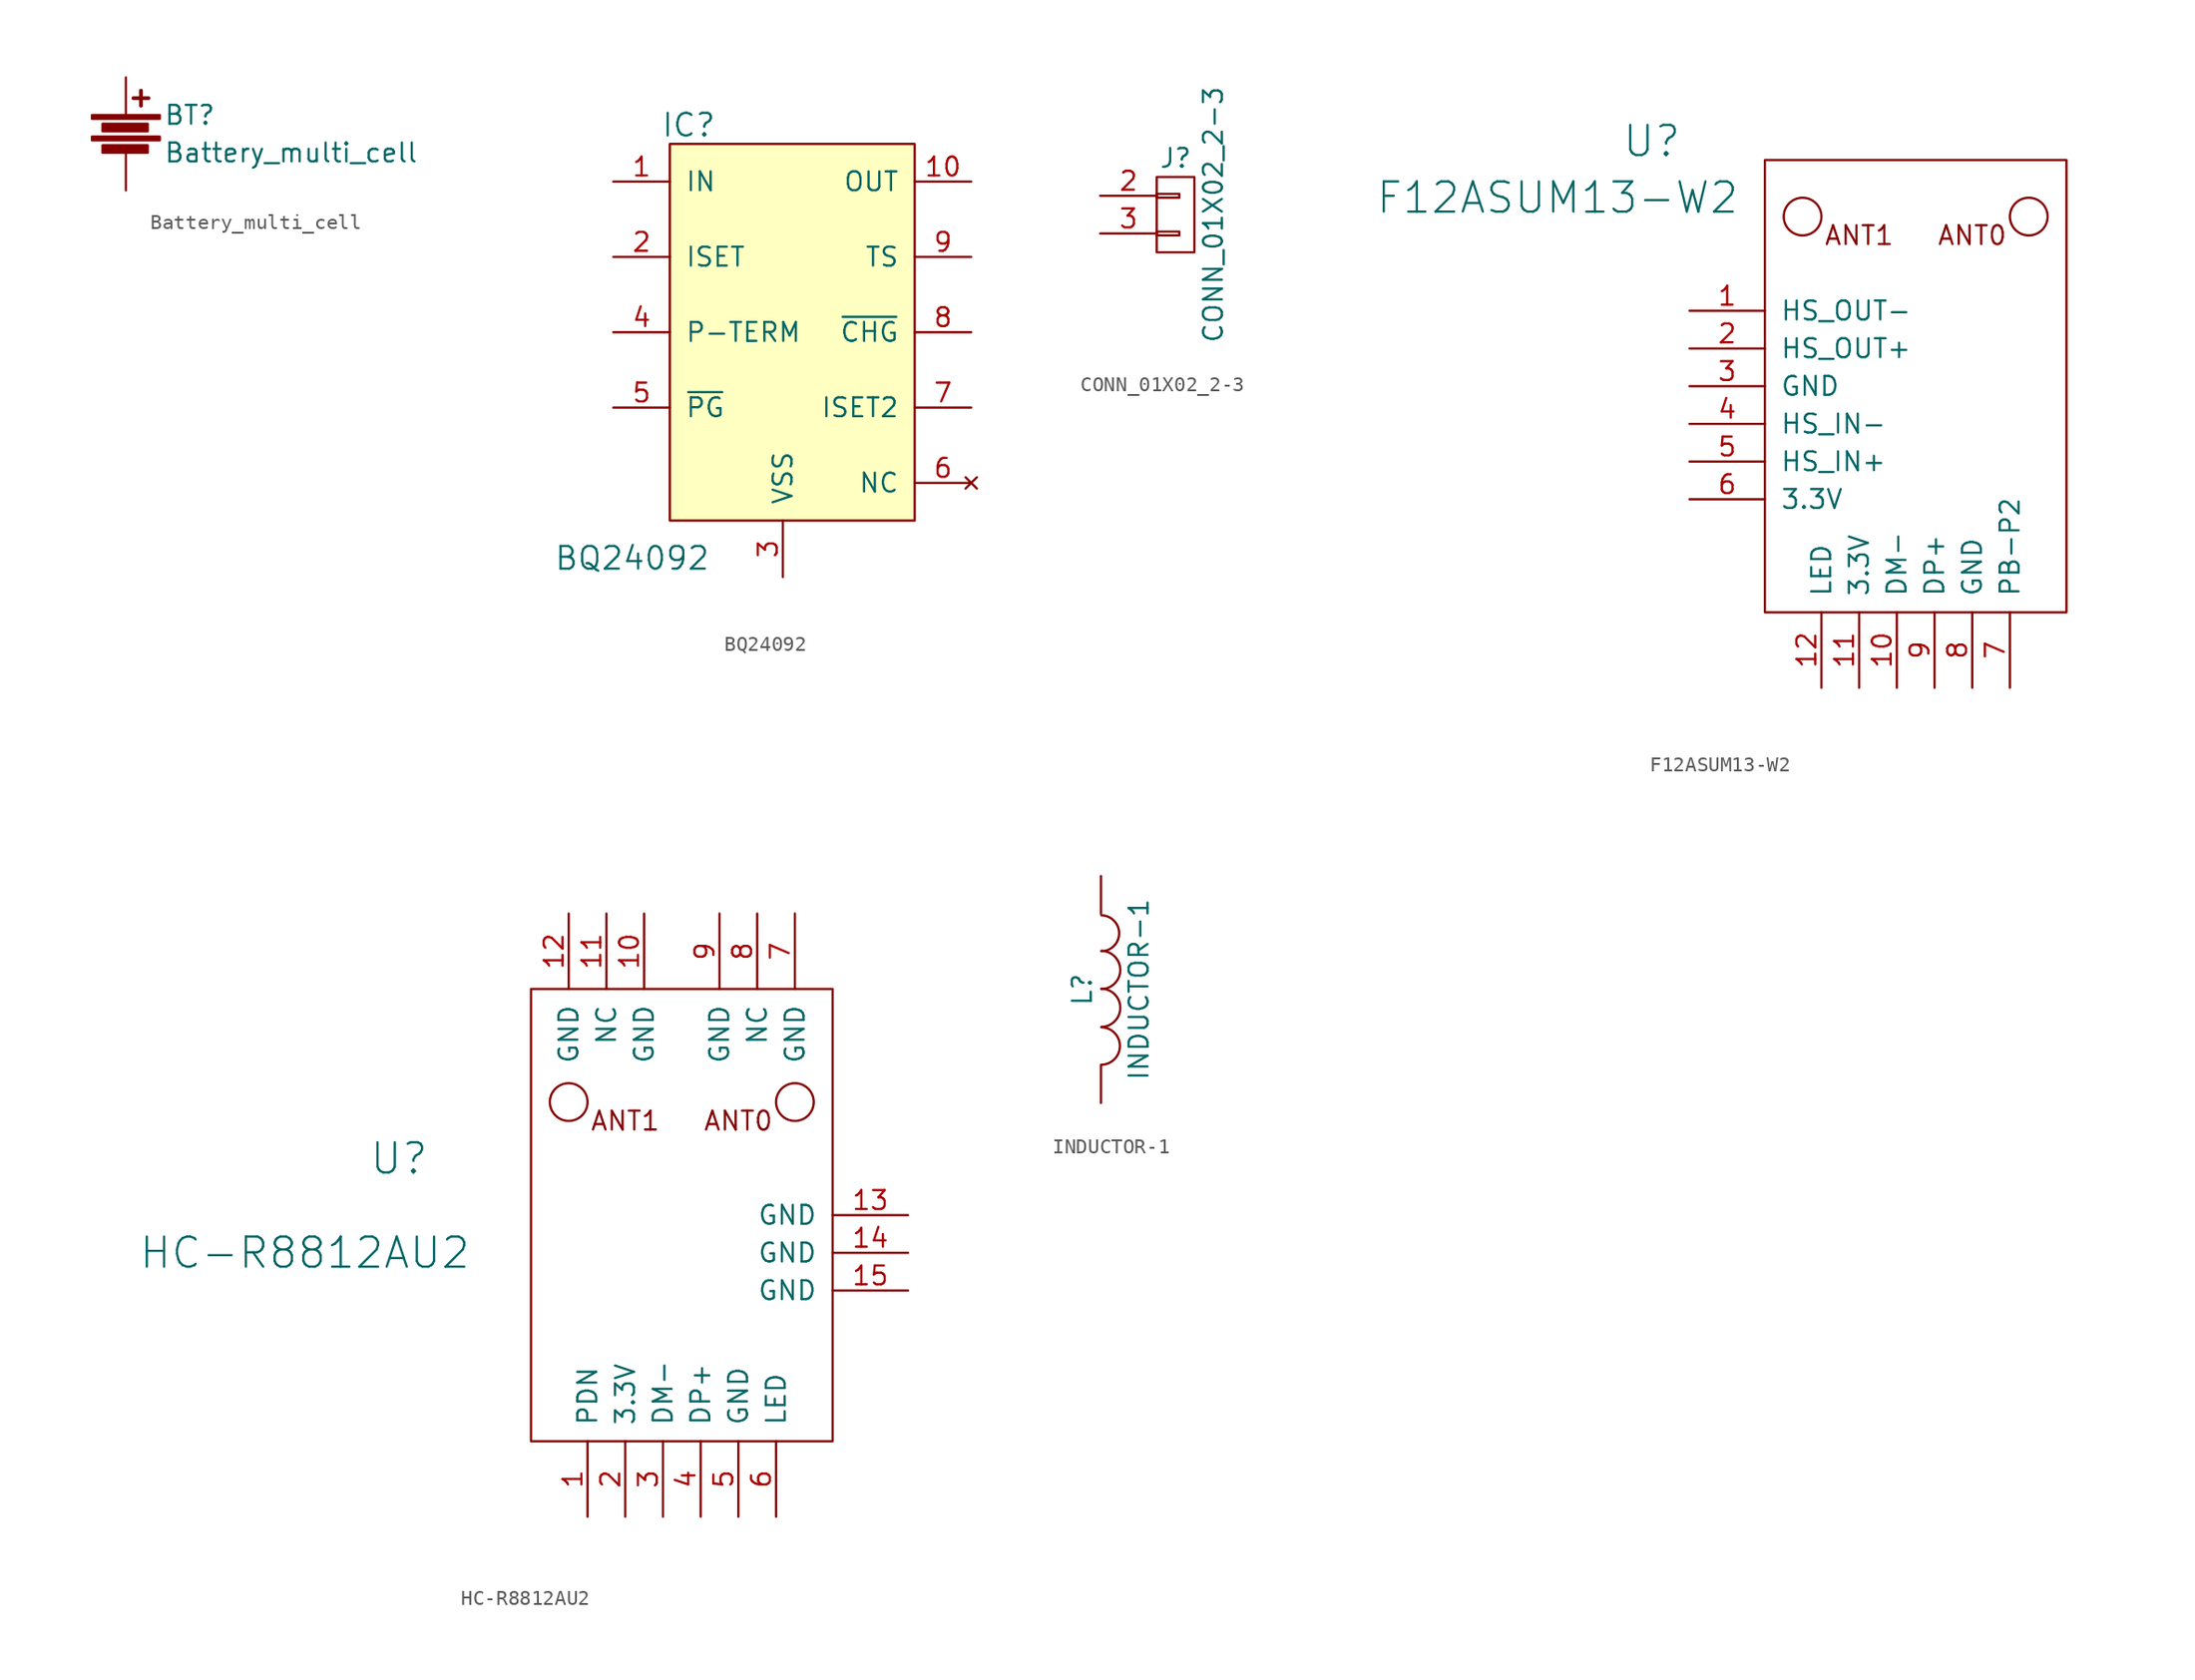
<source format=kicad_sym>
(kicad_symbol_lib
  (version 20201005)
  (generator kicad_symbol_editor)
  (symbol "Battery_multi_cell"
    (pin_numbers hide)
    (pin_names
      (offset 0))
    (property "Reference" "BT"
      (at 2.54 1.27 0)
      (effects (font (size 1.27 1.27)) (justify left)))
    (property "Value" "Battery_multi_cell"
      (at 2.54 -1.27 0)
      (effects (font (size 1.27 1.27)) (justify left)))
    (property "Footprint" ""
      (at 0 1.016 90)
      (effects (font (size 1.27 1.27))))
    (property "Datasheet" ""
      (at 0 1.016 90)
      (effects (font (size 1.27 1.27))))
    (symbol "Battery_multi_cell_0_1"
      (rectangle (start -2.286 -0.178) (end 2.286 -0.432) (stroke (width 0)) (fill (type outline)))
      (rectangle (start -2.286 1.27) (end 2.286 1.016) (stroke (width 0)) (fill (type outline)))
      (rectangle (start -1.575 -0.762) (end 1.473 -1.27) (stroke (width 0)) (fill (type outline)))
      (rectangle (start -1.575 0.686) (end 1.473 0.178) (stroke (width 0)) (fill (type outline)))
      (polyline (pts (xy 0.508 2.413) (xy 1.524 2.413)) (stroke (width 0.254)) (fill (type none)))
      (polyline (pts (xy 1.016 2.921) (xy 1.016 1.905)) (stroke (width 0.254)) (fill (type none))))
    (symbol "Battery_multi_cell_1_1"
      (pin passive line (at 0 3.81 270) (length 2.54) (name "~" (effects (font (size 1.27 1.27)))) (number "1" (effects (font (size 1.27 1.27)))))
      (pin passive line (at 0 -3.81 90) (length 2.54) (name "~" (effects (font (size 1.27 1.27)))) (number "2" (effects (font (size 1.27 1.27)))))))
  (symbol "BQ24092"
    (pin_names
      (offset 1.016))
    (property "Reference" "IC"
      (at -3.81 8.89 0)
      (effects (font (size 1.524 1.524))))
    (property "Value" "BQ24092"
      (at -7.62 -20.32 0)
      (effects (font (size 1.524 1.524))))
    (property "Footprint" ""
      (at 0 0 0)
      (effects (font (size 1.524 1.524))))
    (property "Datasheet" ""
      (at 0 0 0)
      (effects (font (size 1.524 1.524))))
    (symbol "BQ24092_0_1"
      (rectangle (start -5.08 7.62) (end 11.43 -17.78) (stroke (width 0)) (fill (type background))))
    (symbol "BQ24092_1_1"
      (pin power_in line (at -8.89 5.08 0) (length 3.81) (name "IN" (effects (font (size 1.27 1.27)))) (number "1" (effects (font (size 1.27 1.27)))))
      (pin power_out line (at 15.24 5.08 180) (length 3.81) (name "OUT" (effects (font (size 1.27 1.27)))) (number "10" (effects (font (size 1.27 1.27)))))
      (pin input line (at -8.89 0 0) (length 3.81) (name "ISET" (effects (font (size 1.27 1.27)))) (number "2" (effects (font (size 1.27 1.27)))))
      (pin power_in line (at 2.54 -21.59 90) (length 3.81) (name "VSS" (effects (font (size 1.27 1.27)))) (number "3" (effects (font (size 1.27 1.27)))))
      (pin input line (at -8.89 -5.08 0) (length 3.81) (name "P-TERM" (effects (font (size 1.27 1.27)))) (number "4" (effects (font (size 1.27 1.27)))))
      (pin open_collector line (at -8.89 -10.16 0) (length 3.81) (name "~PG~" (effects (font (size 1.27 1.27)))) (number "5" (effects (font (size 1.27 1.27)))))
      (pin no_connect line (at 15.24 -15.24 180) (length 3.81) (name "NC" (effects (font (size 1.27 1.27)))) (number "6" (effects (font (size 1.27 1.27)))))
      (pin input line (at 15.24 -10.16 180) (length 3.81) (name "ISET2" (effects (font (size 1.27 1.27)))) (number "7" (effects (font (size 1.27 1.27)))))
      (pin open_collector line (at 15.24 -5.08 180) (length 3.81) (name "~CHG~" (effects (font (size 1.27 1.27)))) (number "8" (effects (font (size 1.27 1.27)))))
      (pin input line (at 15.24 0 180) (length 3.81) (name "TS" (effects (font (size 1.27 1.27)))) (number "9" (effects (font (size 1.27 1.27)))))))
  (symbol "CONN_01X02_2-3"
    (pin_names
      (offset 1.016) hide)
    (property "Reference" "J"
      (at 0 3.81 0)
      (effects (font (size 1.27 1.27))))
    (property "Value" "CONN_01X02_2-3"
      (at 2.54 0 90)
      (effects (font (size 1.27 1.27))))
    (symbol "CONN_01X02_2-3_0_1"
      (rectangle (start -1.27 -1.143) (end 0.254 -1.397) (stroke (width 0)) (fill (type none)))
      (rectangle (start -1.27 1.397) (end 0.254 1.143) (stroke (width 0)) (fill (type none)))
      (rectangle (start -1.27 2.54) (end 1.27 -2.54) (stroke (width 0)) (fill (type none))))
    (symbol "CONN_01X02_2-3_1_1"
      (pin passive line (at -5.08 1.27 0) (length 3.81) (name "P2" (effects (font (size 1.27 1.27)))) (number "2" (effects (font (size 1.27 1.27)))))
      (pin passive line (at -5.08 -1.27 0) (length 3.81) (name "P3" (effects (font (size 1.27 1.27)))) (number "3" (effects (font (size 1.27 1.27)))))))
  (symbol "F12ASUM13-W2"
    (pin_names
      (offset 1.016))
    (property "Reference" "U"
      (at -25.4 31.75 0)
      (effects (font (size 2.032 2.032))))
    (property "Value" "F12ASUM13-W2"
      (at -31.75 27.94 0)
      (effects (font (size 2.032 2.032))))
    (symbol "F12ASUM13-W2_0_0"
      (text "ANT0" (at -3.81 25.4 0) (effects (font (size 1.27 1.27))))
      (text "ANT1" (at -11.43 25.4 0) (effects (font (size 1.27 1.27)))))
    (symbol "F12ASUM13-W2_0_1"
      (circle (center -15.24 26.67) (radius 1.27) (stroke (width 0)) (fill (type none)))
      (circle (center 0 26.67) (radius 1.27) (stroke (width 0)) (fill (type none)))
      (rectangle (start -17.78 0) (end 2.54 30.48) (stroke (width 0)) (fill (type none))))
    (symbol "F12ASUM13-W2_1_1"
      (pin input line (at -22.86 20.32 0) (length 5.08) (name "HS_OUT-" (effects (font (size 1.27 1.27)))) (number "1" (effects (font (size 1.27 1.27)))))
      (pin input line (at -8.89 -5.08 90) (length 5.08) (name "DM-" (effects (font (size 1.27 1.27)))) (number "10" (effects (font (size 1.27 1.27)))))
      (pin input line (at -11.43 -5.08 90) (length 5.08) (name "3.3V" (effects (font (size 1.27 1.27)))) (number "11" (effects (font (size 1.27 1.27)))))
      (pin input line (at -13.97 -5.08 90) (length 5.08) (name "LED" (effects (font (size 1.27 1.27)))) (number "12" (effects (font (size 1.27 1.27)))))
      (pin input line (at -22.86 17.78 0) (length 5.08) (name "HS_OUT+" (effects (font (size 1.27 1.27)))) (number "2" (effects (font (size 1.27 1.27)))))
      (pin input line (at -22.86 15.24 0) (length 5.08) (name "GND" (effects (font (size 1.27 1.27)))) (number "3" (effects (font (size 1.27 1.27)))))
      (pin input line (at -22.86 12.7 0) (length 5.08) (name "HS_IN-" (effects (font (size 1.27 1.27)))) (number "4" (effects (font (size 1.27 1.27)))))
      (pin input line (at -22.86 10.16 0) (length 5.08) (name "HS_IN+" (effects (font (size 1.27 1.27)))) (number "5" (effects (font (size 1.27 1.27)))))
      (pin input line (at -22.86 7.62 0) (length 5.08) (name "3.3V" (effects (font (size 1.27 1.27)))) (number "6" (effects (font (size 1.27 1.27)))))
      (pin input line (at -1.27 -5.08 90) (length 5.08) (name "PB-P2" (effects (font (size 1.27 1.27)))) (number "7" (effects (font (size 1.27 1.27)))))
      (pin input line (at -3.81 -5.08 90) (length 5.08) (name "GND" (effects (font (size 1.27 1.27)))) (number "8" (effects (font (size 1.27 1.27)))))
      (pin input line (at -6.35 -5.08 90) (length 5.08) (name "DP+" (effects (font (size 1.27 1.27)))) (number "9" (effects (font (size 1.27 1.27)))))))
  (symbol "HC-R8812AU2"
    (pin_names
      (offset 1.016))
    (property "Reference" "U"
      (at -26.67 19.05 0)
      (effects (font (size 2.032 2.032))))
    (property "Value" "HC-R8812AU2"
      (at -33.02 12.7 0)
      (effects (font (size 2.032 2.032))))
    (symbol "HC-R8812AU2_0_0"
      (text "ANT0" (at -3.81 21.59 0) (effects (font (size 1.27 1.27))))
      (text "ANT1" (at -11.43 21.59 0) (effects (font (size 1.27 1.27)))))
    (symbol "HC-R8812AU2_0_1"
      (circle (center -15.24 22.86) (radius 1.27) (stroke (width 0)) (fill (type none)))
      (circle (center 0 22.86) (radius 1.27) (stroke (width 0)) (fill (type none)))
      (rectangle (start -17.78 0) (end 2.54 30.48) (stroke (width 0)) (fill (type none))))
    (symbol "HC-R8812AU2_1_1"
      (pin input line (at -13.97 -5.08 90) (length 5.08) (name "PDN" (effects (font (size 1.27 1.27)))) (number "1" (effects (font (size 1.27 1.27)))))
      (pin input line (at -10.16 35.56 270) (length 5.08) (name "GND" (effects (font (size 1.27 1.27)))) (number "10" (effects (font (size 1.27 1.27)))))
      (pin input line (at -12.7 35.56 270) (length 5.08) (name "NC" (effects (font (size 1.27 1.27)))) (number "11" (effects (font (size 1.27 1.27)))))
      (pin input line (at -15.24 35.56 270) (length 5.08) (name "GND" (effects (font (size 1.27 1.27)))) (number "12" (effects (font (size 1.27 1.27)))))
      (pin input line (at 7.62 15.24 180) (length 5.08) (name "GND" (effects (font (size 1.27 1.27)))) (number "13" (effects (font (size 1.27 1.27)))))
      (pin input line (at 7.62 12.7 180) (length 5.08) (name "GND" (effects (font (size 1.27 1.27)))) (number "14" (effects (font (size 1.27 1.27)))))
      (pin input line (at 7.62 10.16 180) (length 5.08) (name "GND" (effects (font (size 1.27 1.27)))) (number "15" (effects (font (size 1.27 1.27)))))
      (pin input line (at -11.43 -5.08 90) (length 5.08) (name "3.3V" (effects (font (size 1.27 1.27)))) (number "2" (effects (font (size 1.27 1.27)))))
      (pin input line (at -8.89 -5.08 90) (length 5.08) (name "DM-" (effects (font (size 1.27 1.27)))) (number "3" (effects (font (size 1.27 1.27)))))
      (pin input line (at -6.35 -5.08 90) (length 5.08) (name "DP+" (effects (font (size 1.27 1.27)))) (number "4" (effects (font (size 1.27 1.27)))))
      (pin input line (at -3.81 -5.08 90) (length 5.08) (name "GND" (effects (font (size 1.27 1.27)))) (number "5" (effects (font (size 1.27 1.27)))))
      (pin input line (at -1.27 -5.08 90) (length 5.08) (name "LED" (effects (font (size 1.27 1.27)))) (number "6" (effects (font (size 1.27 1.27)))))
      (pin input line (at 0 35.56 270) (length 5.08) (name "GND" (effects (font (size 1.27 1.27)))) (number "7" (effects (font (size 1.27 1.27)))))
      (pin input line (at -2.54 35.56 270) (length 5.08) (name "NC" (effects (font (size 1.27 1.27)))) (number "8" (effects (font (size 1.27 1.27)))))
      (pin input line (at -5.08 35.56 270) (length 5.08) (name "GND" (effects (font (size 1.27 1.27)))) (number "9" (effects (font (size 1.27 1.27)))))))
  (symbol "INDUCTOR-1"
    (pin_numbers hide)
    (pin_names
      (offset 1.016) hide)
    (property "Reference" "L"
      (at -1.27 0 90)
      (effects (font (size 1.27 1.27))))
    (property "Value" "INDUCTOR-1"
      (at 2.54 0 90)
      (effects (font (size 1.27 1.27))))
    (property "Footprint" ""
      (at 0 0 0)
      (effects (font (size 1.27 1.27))))
    (property "Datasheet" ""
      (at 0 0 0)
      (effects (font (size 1.27 1.27))))
    (symbol "INDUCTOR-1_0_1"
      (arc (start 0.0254 -5.0546) (end 0.0254 -2.54) (radius (at 0 -3.81) (length 1.27) (angles -88.9 88.9)) (stroke (width 0)) (fill (type none)))
      (arc (start 0.0254 -2.5146) (end 0.0254 0.0508) (radius (at 0 -1.2446) (length 1.2954) (angles -88.9 88.9)) (stroke (width 0)) (fill (type none)))
      (arc (start 0.0254 0.0254) (end 0.0254 2.5908) (radius (at 0 1.2954) (length 1.2954) (angles -88.9 88.9)) (stroke (width 0)) (fill (type none)))
      (arc (start 0.0254 2.5654) (end 0.0254 4.9784) (radius (at 0 3.7592) (length 1.2192) (angles -88.9 88.9)) (stroke (width 0)) (fill (type none))))
    (symbol "INDUCTOR-1_1_1"
      (pin passive line (at 0 7.62 270) (length 2.54) (name "1" (effects (font (size 1.27 1.27)))) (number "1" (effects (font (size 1.27 1.27)))))
      (pin passive line (at 0 -7.62 90) (length 2.54) (name "2" (effects (font (size 1.27 1.27)))) (number "2" (effects (font (size 1.27 1.27))))))))
</source>
